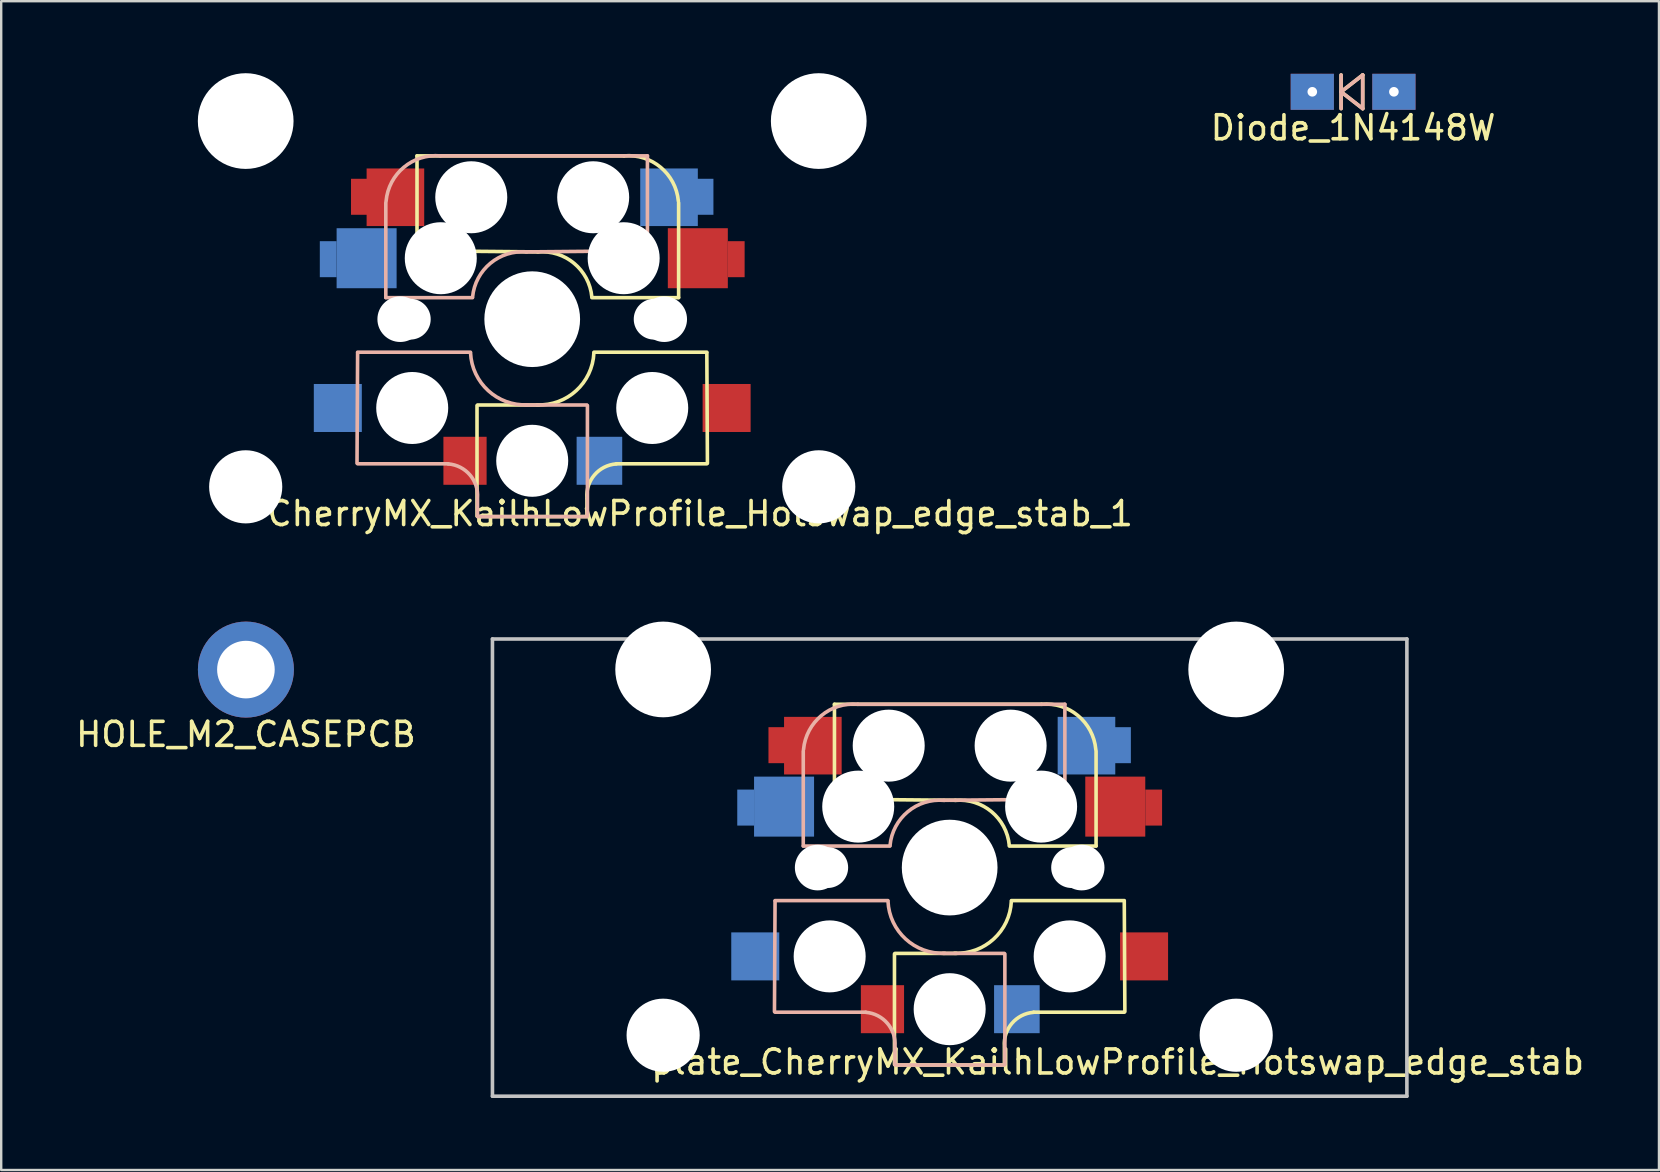
<source format=kicad_pcb>
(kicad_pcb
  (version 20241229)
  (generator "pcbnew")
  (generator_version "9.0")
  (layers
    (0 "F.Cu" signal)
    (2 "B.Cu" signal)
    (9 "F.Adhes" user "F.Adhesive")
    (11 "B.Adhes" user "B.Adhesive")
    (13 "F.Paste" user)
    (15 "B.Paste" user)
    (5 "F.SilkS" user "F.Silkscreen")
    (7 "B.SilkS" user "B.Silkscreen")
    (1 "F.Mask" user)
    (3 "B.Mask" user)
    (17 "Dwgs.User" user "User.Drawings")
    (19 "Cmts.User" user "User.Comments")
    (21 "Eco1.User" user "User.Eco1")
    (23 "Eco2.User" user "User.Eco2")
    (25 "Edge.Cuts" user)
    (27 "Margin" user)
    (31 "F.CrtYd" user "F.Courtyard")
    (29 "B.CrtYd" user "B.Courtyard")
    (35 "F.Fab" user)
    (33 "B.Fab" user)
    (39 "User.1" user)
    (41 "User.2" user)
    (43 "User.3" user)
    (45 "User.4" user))
  (footprint "plate_CherryMX_KailhLowProfile_Hotswap_edge_stab"
    (layer "F.Cu")
    (at 36.518 33.098)
    (property "Reference" "plate_CherryMX_KailhLowProfile_Hotswap_edge_stab" (at 7 8.1 0) (layer "F.SilkS") (effects (font (size 1 1) (thickness 0.15))))
    (attr through_hole)
    (fp_line (start -4.8 -6.804) (end 3.825 -6.804) (stroke (width 0.15) (type solid)) (layer "F.SilkS"))
    (fp_line (start -4.8 -2.896) (end -4.8 -6.804) (stroke (width 0.15) (type solid)) (layer "F.SilkS"))
    (fp_line (start -4.8 -2.85) (end 0.25 -2.804) (stroke (width 0.15) (type solid)) (layer "F.SilkS"))
    (fp_line (start -2.3 3.6) (end -2.3 8.2) (stroke (width 0.15) (type solid)) (layer "F.SilkS"))
    (fp_line (start -2.275 3.575) (end 0.275 3.575) (stroke (width 0.15) (type solid)) (layer "F.SilkS"))
    (fp_line (start -2.275 8.225) (end 2.275 8.225) (stroke (width 0.15) (type solid)) (layer "F.SilkS"))
    (fp_line (start 2.28 7.5) (end 2.28 8.2) (stroke (width 0.15) (type solid)) (layer "F.SilkS"))
    (fp_line (start 2.575 1.375) (end 7.275 1.375) (stroke (width 0.15) (type solid)) (layer "F.SilkS"))
    (fp_line (start 3.5 6.025) (end 7.275 6.025) (stroke (width 0.15) (type solid)) (layer "F.SilkS"))
    (fp_line (start 6.1 -4.85) (end 6.1 -0.905) (stroke (width 0.15) (type solid)) (layer "F.SilkS"))
    (fp_line (start 6.1 -0.896) (end 2.49 -0.896) (stroke (width 0.15) (type solid)) (layer "F.SilkS"))
    (fp_line (start 7.275 1.4) (end 7.3 6) (stroke (width 0.15) (type solid)) (layer "F.SilkS"))
    (fp_arc (start 0.225 -2.8) (mid 1.744361 -2.328062) (end 2.485001 -0.920001) (stroke (width 0.15) (type solid)) (layer "F.SilkS"))
    (fp_arc (start 2.279999 7.449999) (mid 2.595908 6.487329) (end 3.5 6.03) (stroke (width 0.15) (type solid)) (layer "F.SilkS"))
    (fp_arc (start 2.57 1.4) (mid 1.834422 2.975843) (end 0.2 3.57) (stroke (width 0.15) (type solid)) (layer "F.SilkS"))
    (fp_arc (start 3.825 -6.804) (mid 5.347189 -6.33089) (end 6.089 -4.92) (stroke (width 0.15) (type solid)) (layer "F.SilkS"))
    (fp_line (start -7.275 1.4) (end -7.3 6) (stroke (width 0.15) (type solid)) (layer "B.SilkS"))
    (fp_line (start -6.1 -4.85) (end -6.1 -0.905) (stroke (width 0.15) (type solid)) (layer "B.SilkS"))
    (fp_line (start -6.1 -0.896) (end -2.49 -0.896) (stroke (width 0.15) (type solid)) (layer "B.SilkS"))
    (fp_line (start -3.5 6.025) (end -7.275 6.025) (stroke (width 0.15) (type solid)) (layer "B.SilkS"))
    (fp_line (start -2.575 1.375) (end -7.275 1.375) (stroke (width 0.15) (type solid)) (layer "B.SilkS"))
    (fp_line (start -2.28 7.5) (end -2.28 8.2) (stroke (width 0.15) (type solid)) (layer "B.SilkS"))
    (fp_line (start 2.275 3.575) (end -0.275 3.575) (stroke (width 0.15) (type solid)) (layer "B.SilkS"))
    (fp_line (start 2.275 8.225) (end -2.275 8.225) (stroke (width 0.15) (type solid)) (layer "B.SilkS"))
    (fp_line (start 2.3 3.6) (end 2.3 8.2) (stroke (width 0.15) (type solid)) (layer "B.SilkS"))
    (fp_line (start 4.8 -6.804) (end -3.825 -6.804) (stroke (width 0.15) (type solid)) (layer "B.SilkS"))
    (fp_line (start 4.8 -2.896) (end 4.8 -6.804) (stroke (width 0.15) (type solid)) (layer "B.SilkS"))
    (fp_line (start 4.8 -2.85) (end -0.25 -2.804) (stroke (width 0.15) (type solid)) (layer "B.SilkS"))
    (fp_arc (start -6.089 -4.92) (mid -5.347189 -6.33089) (end -3.825 -6.804) (stroke (width 0.15) (type solid)) (layer "B.SilkS"))
    (fp_arc (start -3.5 6.03) (mid -2.595908 6.48733) (end -2.28 7.45) (stroke (width 0.15) (type solid)) (layer "B.SilkS"))
    (fp_arc (start -2.484999 -0.920001) (mid -1.74436 -2.328062) (end -0.225 -2.8) (stroke (width 0.15) (type solid)) (layer "B.SilkS"))
    (fp_arc (start -0.2 3.57) (mid -1.834422 2.975843) (end -2.57 1.4) (stroke (width 0.15) (type solid)) (layer "B.SilkS"))
    (fp_line (start -19.05 -9.525) (end 19.05 -9.525) (stroke (width 0.15) (type solid)) (layer "Dwgs.User"))
    (fp_line (start -19.05 9.525) (end -19.05 -9.525) (stroke (width 0.15) (type solid)) (layer "Dwgs.User"))
    (fp_line (start 19.05 -9.525) (end 19.05 9.525) (stroke (width 0.15) (type solid)) (layer "Dwgs.User"))
    (fp_line (start 19.05 9.525) (end -19.05 9.525) (stroke (width 0.15) (type solid)) (layer "Dwgs.User"))
    (fp_line (start -9 -9) (end 9 -9) (stroke (width 0.15) (type solid)) (layer "Eco2.User"))
    (fp_line (start -9 9) (end -9 -9) (stroke (width 0.15) (type solid)) (layer "Eco2.User"))
    (fp_line (start -7 -7) (end 7 -7) (stroke (width 0.15) (type solid)) (layer "Eco2.User"))
    (fp_line (start -7 7) (end -7 -7) (stroke (width 0.15) (type solid)) (layer "Eco2.User"))
    (fp_line (start 7 -7) (end 7 7) (stroke (width 0.15) (type solid)) (layer "Eco2.User"))
    (fp_line (start 7 7) (end -7 7) (stroke (width 0.15) (type solid)) (layer "Eco2.User"))
    (fp_line (start 9 -9) (end 9 9) (stroke (width 0.15) (type solid)) (layer "Eco2.User"))
    (fp_line (start 9 9) (end -9 9) (stroke (width 0.15) (type solid)) (layer "Eco2.User"))
    (pad "" np_thru_hole circle (at -11.938 -8.255) (size 3.988 3.988) (drill 3.988) (layers "*.Cu" "*.Mask"))
    (pad "" np_thru_hole circle (at -11.938 6.985) (size 3.048 3.048) (drill 3.048) (layers "*.Cu" "*.Mask"))
    (pad "" np_thru_hole circle (at -5.5 0 90) (size 1.9 1.9) (drill 1.9) (layers "*.Cu" "*.Mask"))
    (pad "" np_thru_hole circle (at -5.08 0) (size 1.7 1.7) (drill 1.7) (layers "*.Cu" "*.Mask"))
    (pad "" np_thru_hole circle (at -5 3.7 90) (size 3 3) (drill 3) (layers "*.Cu" "*.Mask"))
    (pad "" np_thru_hole circle (at -3.81 -2.54 180) (size 3 3) (drill 3) (layers "*.Cu" "*.Mask"))
    (pad "" np_thru_hole circle (at -2.54 -5.08 180) (size 3 3) (drill 3) (layers "*.Cu" "*.Mask"))
    (pad "" np_thru_hole circle (at 0 0) (size 3.988 3.988) (drill 3.988) (layers "*.Cu" "*.Mask"))
    (pad "" np_thru_hole circle (at 0 5.9 90) (size 3 3) (drill 3) (layers "*.Cu" "*.Mask"))
    (pad "" np_thru_hole circle (at 2.54 -5.08 180) (size 3 3) (drill 3) (layers "*.Cu" "*.Mask"))
    (pad "" np_thru_hole circle (at 3.81 -2.54 180) (size 3 3) (drill 3) (layers "*.Cu" "*.Mask"))
    (pad "" np_thru_hole circle (at 5 3.7 270) (size 3 3) (drill 3) (layers "*.Cu" "*.Mask"))
    (pad "" np_thru_hole circle (at 5.08 0) (size 1.7 1.7) (drill 1.7) (layers "*.Cu" "*.Mask"))
    (pad "" np_thru_hole circle (at 5.5 0 90) (size 1.9 1.9) (drill 1.9) (layers "*.Cu" "*.Mask"))
    (pad "" np_thru_hole circle (at 11.938 -8.255) (size 3.988 3.988) (drill 3.988) (layers "*.Cu" "*.Mask"))
    (pad "" np_thru_hole circle (at 11.938 6.985) (size 3.048 3.048) (drill 3.048) (layers "*.Cu" "*.Mask"))
    (pad "1" smd rect (at -8.5 -2.5) (size 0.7 1.5) (layers "B.Cu" "B.Mask" "B.Paste"))
    (pad "1" smd rect (at -8.1 3.7 180) (size 2 2) (layers "B.Cu" "B.Mask" "B.Paste"))
    (pad "1" smd rect (at -7.2 -5.1) (size 0.7 1.5) (layers "F.Cu" "F.Mask" "F.Paste"))
    (pad "1" smd rect (at -6.9 -2.54 180) (size 2.5 2.5) (layers "B.Cu" "B.Mask" "B.Paste"))
    (pad "1" smd rect (at -5.7 -5.08 180) (size 2.4 2.4) (layers "F.Cu" "F.Mask" "F.Paste"))
    (pad "1" smd rect (at 8.1 3.7 180) (size 2 2) (layers "F.Cu" "F.Mask" "F.Paste"))
    (pad "2" smd rect (at -2.8 5.9 180) (size 1.8 2) (layers "F.Cu" "F.Mask" "F.Paste"))
    (pad "2" smd rect (at 2.8 5.9 180) (size 1.9 2) (layers "B.Cu" "B.Mask" "B.Paste"))
    (pad "2" smd rect (at 5.7 -5.08 180) (size 2.4 2.4) (layers "B.Cu" "B.Mask" "B.Paste"))
    (pad "2" smd rect (at 6.9 -2.54 180) (size 2.5 2.5) (layers "F.Cu" "F.Mask" "F.Paste"))
    (pad "2" smd rect (at 7.2 -5.1) (size 0.7 1.5) (layers "B.Cu" "B.Mask" "B.Paste"))
    (pad "2" smd rect (at 8.5 -2.5) (size 0.7 1.5) (layers "F.Cu" "F.Mask" "F.Paste")))
  (footprint "Diode_1N4148W"
    (placed yes)
    (layer "F.Cu")
    (at 53.327 0.775)
    (property "Reference" "Diode_1N4148W" (at 0 1.5 0) (layer "F.SilkS") (effects (font (size 1 1) (thickness 0.15))))
    (attr through_hole)
    (fp_line (start -0.5 -0.7) (end -0.5 0.7) (stroke (width 0.15) (type solid)) (layer "F.SilkS"))
    (fp_line (start -0.5 0) (end 0.4 -0.7) (stroke (width 0.15) (type solid)) (layer "F.SilkS"))
    (fp_line (start 0.4 -0.7) (end 0.4 0.7) (stroke (width 0.15) (type solid)) (layer "F.SilkS"))
    (fp_line (start 0.4 0.7) (end -0.5 0) (stroke (width 0.15) (type solid)) (layer "F.SilkS"))
    (fp_line (start -0.5 -0.7) (end -0.5 0.7) (stroke (width 0.15) (type solid)) (layer "B.SilkS"))
    (fp_line (start -0.5 0) (end 0.4 -0.7) (stroke (width 0.15) (type solid)) (layer "B.SilkS"))
    (fp_line (start 0.4 -0.7) (end 0.4 0.7) (stroke (width 0.15) (type solid)) (layer "B.SilkS"))
    (fp_line (start 0.4 0.7) (end -0.5 0) (stroke (width 0.15) (type solid)) (layer "B.SilkS"))
    (pad "1" thru_hole rect (at -1.7 0) (size 1.8 1.5) (drill 0.4) (layers "*.Cu" "*.Mask"))
    (pad "2" thru_hole rect (at 1.7 0) (size 1.8 1.5) (drill 0.4) (layers "*.Cu" "*.Mask")))
  (footprint "HOLE_M2_CASEPCB"
    (layer "F.Cu")
    (at 7.196 24.849)
    (property "Reference" "HOLE_M2_CASEPCB" (at 0 2.7 0) (layer "F.SilkS") (effects (font (size 1 1) (thickness 0.15))))
    (attr through_hole)
    (pad "" thru_hole circle (at 0 0) (size 4 4) (drill 2.4) (layers "*.Cu" "*.Mask")))
  (footprint "CherryMX_KailhLowProfile_Hotswap_edge_stab_1"
    (layer "F.Cu")
    (at 19.125 10.249)
    (property "Reference" "CherryMX_KailhLowProfile_Hotswap_edge_stab_1" (at 7 8.1 0) (layer "F.SilkS") (effects (font (size 1 1) (thickness 0.15))))
    (attr through_hole)
    (fp_line (start -4.8 -6.804) (end 3.825 -6.804) (stroke (width 0.15) (type solid)) (layer "F.SilkS"))
    (fp_line (start -4.8 -2.896) (end -4.8 -6.804) (stroke (width 0.15) (type solid)) (layer "F.SilkS"))
    (fp_line (start -4.8 -2.85) (end 0.25 -2.804) (stroke (width 0.15) (type solid)) (layer "F.SilkS"))
    (fp_line (start -2.3 3.6) (end -2.3 8.2) (stroke (width 0.15) (type solid)) (layer "F.SilkS"))
    (fp_line (start -2.275 3.575) (end 0.275 3.575) (stroke (width 0.15) (type solid)) (layer "F.SilkS"))
    (fp_line (start -2.275 8.225) (end 2.275 8.225) (stroke (width 0.15) (type solid)) (layer "F.SilkS"))
    (fp_line (start 2.28 7.5) (end 2.28 8.2) (stroke (width 0.15) (type solid)) (layer "F.SilkS"))
    (fp_line (start 2.575 1.375) (end 7.275 1.375) (stroke (width 0.15) (type solid)) (layer "F.SilkS"))
    (fp_line (start 3.5 6.025) (end 7.275 6.025) (stroke (width 0.15) (type solid)) (layer "F.SilkS"))
    (fp_line (start 6.1 -4.85) (end 6.1 -0.905) (stroke (width 0.15) (type solid)) (layer "F.SilkS"))
    (fp_line (start 6.1 -0.896) (end 2.49 -0.896) (stroke (width 0.15) (type solid)) (layer "F.SilkS"))
    (fp_line (start 7.275 1.4) (end 7.3 6) (stroke (width 0.15) (type solid)) (layer "F.SilkS"))
    (fp_arc (start 0.225 -2.8) (mid 1.744361 -2.328062) (end 2.485001 -0.920001) (stroke (width 0.15) (type solid)) (layer "F.SilkS"))
    (fp_arc (start 2.279999 7.449999) (mid 2.595908 6.487329) (end 3.5 6.03) (stroke (width 0.15) (type solid)) (layer "F.SilkS"))
    (fp_arc (start 2.57 1.4) (mid 1.834422 2.975843) (end 0.2 3.57) (stroke (width 0.15) (type solid)) (layer "F.SilkS"))
    (fp_arc (start 3.825 -6.804) (mid 5.347189 -6.33089) (end 6.089 -4.92) (stroke (width 0.15) (type solid)) (layer "F.SilkS"))
    (fp_line (start -7.275 1.4) (end -7.3 6) (stroke (width 0.15) (type solid)) (layer "B.SilkS"))
    (fp_line (start -6.1 -4.85) (end -6.1 -0.905) (stroke (width 0.15) (type solid)) (layer "B.SilkS"))
    (fp_line (start -6.1 -0.896) (end -2.49 -0.896) (stroke (width 0.15) (type solid)) (layer "B.SilkS"))
    (fp_line (start -3.5 6.025) (end -7.275 6.025) (stroke (width 0.15) (type solid)) (layer "B.SilkS"))
    (fp_line (start -2.575 1.375) (end -7.275 1.375) (stroke (width 0.15) (type solid)) (layer "B.SilkS"))
    (fp_line (start -2.28 7.5) (end -2.28 8.2) (stroke (width 0.15) (type solid)) (layer "B.SilkS"))
    (fp_line (start 2.275 3.575) (end -0.275 3.575) (stroke (width 0.15) (type solid)) (layer "B.SilkS"))
    (fp_line (start 2.275 8.225) (end -2.275 8.225) (stroke (width 0.15) (type solid)) (layer "B.SilkS"))
    (fp_line (start 2.3 3.6) (end 2.3 8.2) (stroke (width 0.15) (type solid)) (layer "B.SilkS"))
    (fp_line (start 4.8 -6.804) (end -3.825 -6.804) (stroke (width 0.15) (type solid)) (layer "B.SilkS"))
    (fp_line (start 4.8 -2.896) (end 4.8 -6.804) (stroke (width 0.15) (type solid)) (layer "B.SilkS"))
    (fp_line (start 4.8 -2.85) (end -0.25 -2.804) (stroke (width 0.15) (type solid)) (layer "B.SilkS"))
    (fp_arc (start -6.089 -4.92) (mid -5.347189 -6.33089) (end -3.825 -6.804) (stroke (width 0.15) (type solid)) (layer "B.SilkS"))
    (fp_arc (start -3.5 6.03) (mid -2.595908 6.48733) (end -2.28 7.45) (stroke (width 0.15) (type solid)) (layer "B.SilkS"))
    (fp_arc (start -2.484999 -0.920001) (mid -1.74436 -2.328062) (end -0.225 -2.8) (stroke (width 0.15) (type solid)) (layer "B.SilkS"))
    (fp_arc (start -0.2 3.57) (mid -1.834422 2.975843) (end -2.57 1.4) (stroke (width 0.15) (type solid)) (layer "B.SilkS"))
    (fp_line (start -19.05 -9.525) (end 19.05 -9.525) (stroke (width 0.15) (type solid)) (layer "Eco1.User"))
    (fp_line (start -19.05 9.525) (end -19.05 -9.525) (stroke (width 0.15) (type solid)) (layer "Eco1.User"))
    (fp_line (start 19.05 -9.525) (end 19.05 9.525) (stroke (width 0.15) (type solid)) (layer "Eco1.User"))
    (fp_line (start 19.05 9.525) (end -19.05 9.525) (stroke (width 0.15) (type solid)) (layer "Eco1.User"))
    (fp_line (start -9 -9) (end 9 -9) (stroke (width 0.15) (type solid)) (layer "Eco2.User"))
    (fp_line (start -9 9) (end -9 -9) (stroke (width 0.15) (type solid)) (layer "Eco2.User"))
    (fp_line (start -7 -7) (end 7 -7) (stroke (width 0.15) (type solid)) (layer "Eco2.User"))
    (fp_line (start -7 7) (end -7 -7) (stroke (width 0.15) (type solid)) (layer "Eco2.User"))
    (fp_line (start 7 -7) (end 7 7) (stroke (width 0.15) (type solid)) (layer "Eco2.User"))
    (fp_line (start 7 7) (end -7 7) (stroke (width 0.15) (type solid)) (layer "Eco2.User"))
    (fp_line (start 9 -9) (end 9 9) (stroke (width 0.15) (type solid)) (layer "Eco2.User"))
    (fp_line (start 9 9) (end -9 9) (stroke (width 0.15) (type solid)) (layer "Eco2.User"))
    (pad "" np_thru_hole circle (at -11.938 -8.255) (size 3.988 3.988) (drill 3.988) (layers "*.Cu" "*.Mask"))
    (pad "" np_thru_hole circle (at -11.938 6.985) (size 3.048 3.048) (drill 3.048) (layers "*.Cu" "*.Mask"))
    (pad "" np_thru_hole circle (at -5.5 0 90) (size 1.9 1.9) (drill 1.9) (layers "*.Cu" "*.Mask"))
    (pad "" np_thru_hole circle (at -5.08 0) (size 1.7 1.7) (drill 1.7) (layers "*.Cu" "*.Mask"))
    (pad "" np_thru_hole circle (at -5 3.7 90) (size 3 3) (drill 3) (layers "*.Cu" "*.Mask"))
    (pad "" np_thru_hole circle (at -3.81 -2.54 180) (size 3 3) (drill 3) (layers "*.Cu" "*.Mask"))
    (pad "" np_thru_hole circle (at -2.54 -5.08 180) (size 3 3) (drill 3) (layers "*.Cu" "*.Mask"))
    (pad "" np_thru_hole circle (at 0 0) (size 3.988 3.988) (drill 3.988) (layers "*.Cu" "*.Mask"))
    (pad "" np_thru_hole circle (at 0 5.9 90) (size 3 3) (drill 3) (layers "*.Cu" "*.Mask"))
    (pad "" np_thru_hole circle (at 2.54 -5.08 180) (size 3 3) (drill 3) (layers "*.Cu" "*.Mask"))
    (pad "" np_thru_hole circle (at 3.81 -2.54 180) (size 3 3) (drill 3) (layers "*.Cu" "*.Mask"))
    (pad "" np_thru_hole circle (at 5 3.7 270) (size 3 3) (drill 3) (layers "*.Cu" "*.Mask"))
    (pad "" np_thru_hole circle (at 5.08 0) (size 1.7 1.7) (drill 1.7) (layers "*.Cu" "*.Mask"))
    (pad "" np_thru_hole circle (at 5.5 0 90) (size 1.9 1.9) (drill 1.9) (layers "*.Cu" "*.Mask"))
    (pad "" np_thru_hole circle (at 11.938 -8.255) (size 3.988 3.988) (drill 3.988) (layers "*.Cu" "*.Mask"))
    (pad "" np_thru_hole circle (at 11.938 6.985) (size 3.048 3.048) (drill 3.048) (layers "*.Cu" "*.Mask"))
    (pad "1" smd rect (at -8.5 -2.5) (size 0.7 1.5) (layers "B.Cu" "B.Mask" "B.Paste"))
    (pad "1" smd rect (at -8.1 3.7 180) (size 2 2) (layers "B.Cu" "B.Mask" "B.Paste"))
    (pad "1" smd rect (at -7.2 -5.1) (size 0.7 1.5) (layers "F.Cu" "F.Mask" "F.Paste"))
    (pad "1" smd rect (at -6.9 -2.54 180) (size 2.5 2.5) (layers "B.Cu" "B.Mask" "B.Paste"))
    (pad "1" smd rect (at -5.7 -5.08 180) (size 2.4 2.4) (layers "F.Cu" "F.Mask" "F.Paste"))
    (pad "1" smd rect (at 8.1 3.7 180) (size 2 2) (layers "F.Cu" "F.Mask" "F.Paste"))
    (pad "2" smd rect (at -2.8 5.9 180) (size 1.8 2) (layers "F.Cu" "F.Mask" "F.Paste"))
    (pad "2" smd rect (at 2.8 5.9 180) (size 1.9 2) (layers "B.Cu" "B.Mask" "B.Paste"))
    (pad "2" smd rect (at 5.7 -5.08 180) (size 2.4 2.4) (layers "B.Cu" "B.Mask" "B.Paste"))
    (pad "2" smd rect (at 6.9 -2.54 180) (size 2.5 2.5) (layers "F.Cu" "F.Mask" "F.Paste"))
    (pad "2" smd rect (at 7.2 -5.1) (size 0.7 1.5) (layers "B.Cu" "B.Mask" "B.Paste"))
    (pad "2" smd rect (at 8.5 -2.5) (size 0.7 1.5) (layers "F.Cu" "F.Mask" "F.Paste")))
  (gr_rect
    (start -3 -3)
    (end 66.071 45.698)
    (stroke (width 0.1) (type default))
    (fill no)
    (layer "Edge.Cuts")))
</source>
